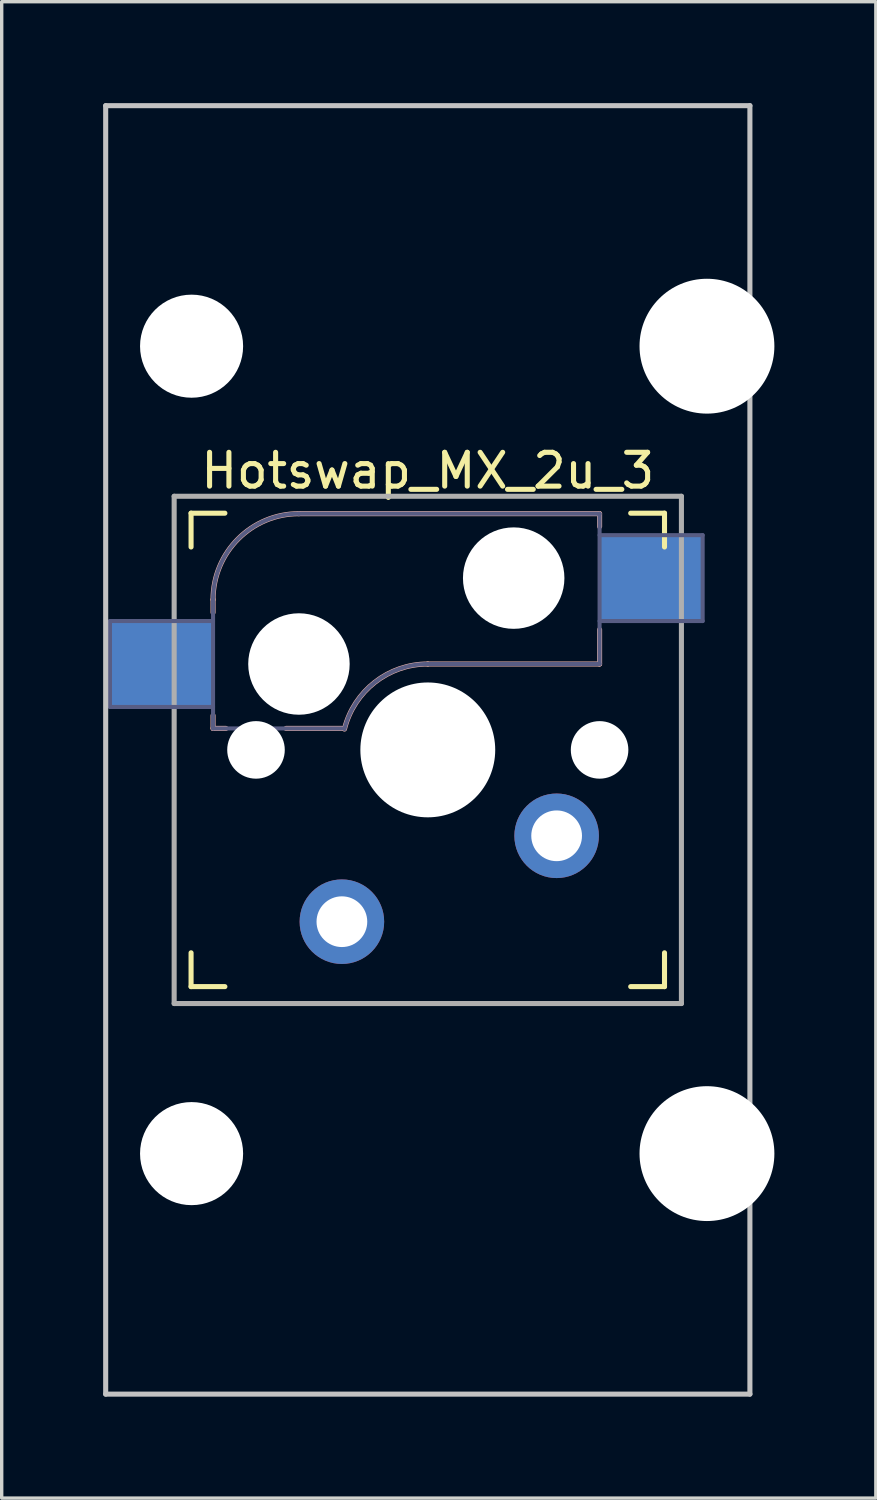
<source format=kicad_pcb>
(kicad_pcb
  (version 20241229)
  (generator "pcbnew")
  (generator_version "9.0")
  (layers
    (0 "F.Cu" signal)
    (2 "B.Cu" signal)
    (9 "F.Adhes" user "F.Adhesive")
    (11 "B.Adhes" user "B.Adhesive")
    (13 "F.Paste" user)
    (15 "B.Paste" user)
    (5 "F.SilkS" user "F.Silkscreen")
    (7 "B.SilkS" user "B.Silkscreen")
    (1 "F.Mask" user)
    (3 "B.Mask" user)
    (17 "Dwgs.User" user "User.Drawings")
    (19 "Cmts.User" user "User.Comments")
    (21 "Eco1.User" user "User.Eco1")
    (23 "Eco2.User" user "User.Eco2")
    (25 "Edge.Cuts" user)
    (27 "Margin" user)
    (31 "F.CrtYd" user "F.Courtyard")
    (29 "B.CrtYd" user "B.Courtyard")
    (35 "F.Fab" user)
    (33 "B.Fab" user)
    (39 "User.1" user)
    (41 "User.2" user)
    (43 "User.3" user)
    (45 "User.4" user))
  (footprint "Hotswap_MX_2u_3"
    (layer "F.Cu")
    (at 9.6 19.125)
    (property "Reference" "Hotswap_MX_2u_3" (at 0 -8.255 0) (layer "F.SilkS") (effects (font (size 1 1) (thickness 0.15))))
    (attr through_hole)
    (fp_line (start -7 -6) (end -7 -7) (stroke (width 0.15) (type solid)) (layer "F.SilkS"))
    (fp_line (start -7 7) (end -7 6) (stroke (width 0.15) (type solid)) (layer "F.SilkS"))
    (fp_line (start -7 7) (end -6 7) (stroke (width 0.15) (type solid)) (layer "F.SilkS"))
    (fp_line (start -6 -7) (end -7 -7) (stroke (width 0.15) (type solid)) (layer "F.SilkS"))
    (fp_line (start 6 7) (end 7 7) (stroke (width 0.15) (type solid)) (layer "F.SilkS"))
    (fp_line (start 7 -7) (end 6 -7) (stroke (width 0.15) (type solid)) (layer "F.SilkS"))
    (fp_line (start 7 -7) (end 7 -6) (stroke (width 0.15) (type solid)) (layer "F.SilkS"))
    (fp_line (start 7 6) (end 7 7) (stroke (width 0.15) (type solid)) (layer "F.SilkS"))
    (fp_line (start -6.35 -4.445) (end -6.35 -4.064) (stroke (width 0.15) (type solid)) (layer "B.SilkS"))
    (fp_line (start -6.35 -1.016) (end -6.35 -0.635) (stroke (width 0.15) (type solid)) (layer "B.SilkS"))
    (fp_line (start -6.35 -0.635) (end -5.969 -0.635) (stroke (width 0.15) (type solid)) (layer "B.SilkS"))
    (fp_line (start -4.191 -0.635) (end -2.54 -0.635) (stroke (width 0.15) (type solid)) (layer "B.SilkS"))
    (fp_line (start 0 -2.54) (end 5.08 -2.54) (stroke (width 0.15) (type solid)) (layer "B.SilkS"))
    (fp_line (start 5.08 -6.985) (end -3.81 -6.985) (stroke (width 0.15) (type solid)) (layer "B.SilkS"))
    (fp_line (start 5.08 -6.604) (end 5.08 -6.985) (stroke (width 0.15) (type solid)) (layer "B.SilkS"))
    (fp_line (start 5.08 -2.54) (end 5.08 -3.556) (stroke (width 0.15) (type solid)) (layer "B.SilkS"))
    (fp_arc (start -6.35 -4.445) (mid -5.606051 -6.241051) (end -3.81 -6.985) (stroke (width 0.15) (type solid)) (layer "B.SilkS"))
    (fp_arc (start -2.464162 -0.61604) (mid -1.563147 -2.002042) (end 0 -2.54) (stroke (width 0.15) (type solid)) (layer "B.SilkS"))
    (fp_line (start -9.525 -19.05) (end 9.525 -19.05) (stroke (width 0.15) (type solid)) (layer "Dwgs.User"))
    (fp_line (start -9.525 19.05) (end -9.525 -19.05) (stroke (width 0.15) (type solid)) (layer "Dwgs.User"))
    (fp_line (start 9.525 19.05) (end -9.525 19.05) (stroke (width 0.15) (type solid)) (layer "Dwgs.User"))
    (fp_line (start 9.525 19.05) (end 9.525 -19.05) (stroke (width 0.15) (type solid)) (layer "Dwgs.User"))
    (fp_line (start -6.9 6.9) (end -6.9 -6.9) (stroke (width 0.15) (type solid)) (layer "Eco2.User"))
    (fp_line (start -6.9 6.9) (end 6.9 6.9) (stroke (width 0.15) (type solid)) (layer "Eco2.User"))
    (fp_line (start -5.334 -13.589) (end -5.334 -10.287) (stroke (width 0.152) (type solid)) (layer "Eco2.User"))
    (fp_line (start -5.334 -10.287) (end 6.096 -10.287) (stroke (width 0.152) (type solid)) (layer "Eco2.User"))
    (fp_line (start -5.334 10.287) (end -5.334 13.589) (stroke (width 0.152) (type solid)) (layer "Eco2.User"))
    (fp_line (start -5.334 13.589) (end 6.096 13.589) (stroke (width 0.152) (type solid)) (layer "Eco2.User"))
    (fp_line (start 6.096 -13.589) (end -5.334 -13.589) (stroke (width 0.152) (type solid)) (layer "Eco2.User"))
    (fp_line (start 6.096 -10.287) (end 6.096 -13.589) (stroke (width 0.152) (type solid)) (layer "Eco2.User"))
    (fp_line (start 6.096 10.287) (end -5.334 10.287) (stroke (width 0.152) (type solid)) (layer "Eco2.User"))
    (fp_line (start 6.096 13.589) (end 6.096 10.287) (stroke (width 0.152) (type solid)) (layer "Eco2.User"))
    (fp_line (start 6.9 -6.9) (end -6.9 -6.9) (stroke (width 0.15) (type solid)) (layer "Eco2.User"))
    (fp_line (start 6.9 -6.9) (end 6.9 6.9) (stroke (width 0.15) (type solid)) (layer "Eco2.User"))
    (fp_line (start -9.398 -3.81) (end -9.398 -1.27) (stroke (width 0.12) (type solid)) (layer "B.Fab"))
    (fp_line (start -9.398 -1.27) (end -6.35 -1.27) (stroke (width 0.12) (type solid)) (layer "B.Fab"))
    (fp_line (start -6.35 -4.445) (end -6.35 -0.635) (stroke (width 0.12) (type solid)) (layer "B.Fab"))
    (fp_line (start -6.35 -3.81) (end -9.398 -3.81) (stroke (width 0.12) (type solid)) (layer "B.Fab"))
    (fp_line (start -6.35 -0.635) (end -2.54 -0.635) (stroke (width 0.12) (type solid)) (layer "B.Fab"))
    (fp_line (start 0 -2.54) (end 5.08 -2.54) (stroke (width 0.12) (type solid)) (layer "B.Fab"))
    (fp_line (start 5.08 -6.985) (end -3.81 -6.985) (stroke (width 0.12) (type solid)) (layer "B.Fab"))
    (fp_line (start 5.08 -3.81) (end 8.128 -3.81) (stroke (width 0.12) (type solid)) (layer "B.Fab"))
    (fp_line (start 5.08 -2.54) (end 5.08 -6.985) (stroke (width 0.12) (type solid)) (layer "B.Fab"))
    (fp_line (start 8.128 -6.35) (end 5.08 -6.35) (stroke (width 0.12) (type solid)) (layer "B.Fab"))
    (fp_line (start 8.128 -3.81) (end 8.128 -6.35) (stroke (width 0.12) (type solid)) (layer "B.Fab"))
    (fp_arc (start -6.35 -4.445) (mid -5.606051 -6.241051) (end -3.81 -6.985) (stroke (width 0.12) (type solid)) (layer "B.Fab"))
    (fp_arc (start -2.464162 -0.61604) (mid -1.563147 -2.002042) (end 0 -2.54) (stroke (width 0.12) (type solid)) (layer "B.Fab"))
    (fp_line (start -7.5 -7.5) (end 7.5 -7.5) (stroke (width 0.15) (type solid)) (layer "F.Fab"))
    (fp_line (start -7.5 7.5) (end -7.5 -7.5) (stroke (width 0.15) (type solid)) (layer "F.Fab"))
    (fp_line (start 7.5 -7.5) (end 7.5 7.5) (stroke (width 0.15) (type solid)) (layer "F.Fab"))
    (fp_line (start 7.5 7.5) (end -7.5 7.5) (stroke (width 0.15) (type solid)) (layer "F.Fab"))
    (pad "" np_thru_hole circle (at -6.985 -11.938 90) (size 3.048 3.048) (drill 3.048) (layers "*.Cu" "*.Mask"))
    (pad "" np_thru_hole circle (at -6.985 11.938 90) (size 3.048 3.048) (drill 3.048) (layers "*.Cu" "*.Mask"))
    (pad "" np_thru_hole circle (at -5.08 0 180) (size 1.702 1.702) (drill 1.702) (layers "*.Cu" "*.Mask"))
    (pad "" np_thru_hole circle (at -3.81 -2.54 180) (size 3 3) (drill 3) (layers "*.Cu" "*.Mask"))
    (pad "" np_thru_hole circle (at 0 0 180) (size 3.988 3.988) (drill 3.988) (layers "*.Cu" "*.Mask"))
    (pad "" np_thru_hole circle (at 2.54 -5.08 180) (size 3 3) (drill 3) (layers "*.Cu" "*.Mask"))
    (pad "" np_thru_hole circle (at 5.08 0 180) (size 1.702 1.702) (drill 1.702) (layers "*.Cu" "*.Mask"))
    (pad "" np_thru_hole circle (at 8.255 -11.938 90) (size 3.988 3.988) (drill 3.988) (layers "*.Cu" "*.Mask"))
    (pad "" np_thru_hole circle (at 8.255 11.938 90) (size 3.988 3.988) (drill 3.988) (layers "*.Cu" "*.Mask"))
    (pad "1" smd rect (at -7.874 -2.54 180) (size 3 2.5) (layers "B.Cu"))
    (pad "1" thru_hole circle (at 3.81 2.54 180) (size 2.5 2.5) (drill 1.5) (layers "*.Cu" "*.Mask"))
    (pad "2" thru_hole circle (at -2.54 5.08 180) (size 2.5 2.5) (drill 1.5) (layers "*.Cu" "*.Mask"))
    (pad "2" smd rect (at 6.604 -5.08 180) (size 3 2.5) (layers "B.Cu")))
  (gr_rect
    (start -3 -3)
    (end 22.849 41.25)
    (stroke (width 0.1) (type default))
    (fill no)
    (layer "Edge.Cuts")))
</source>
